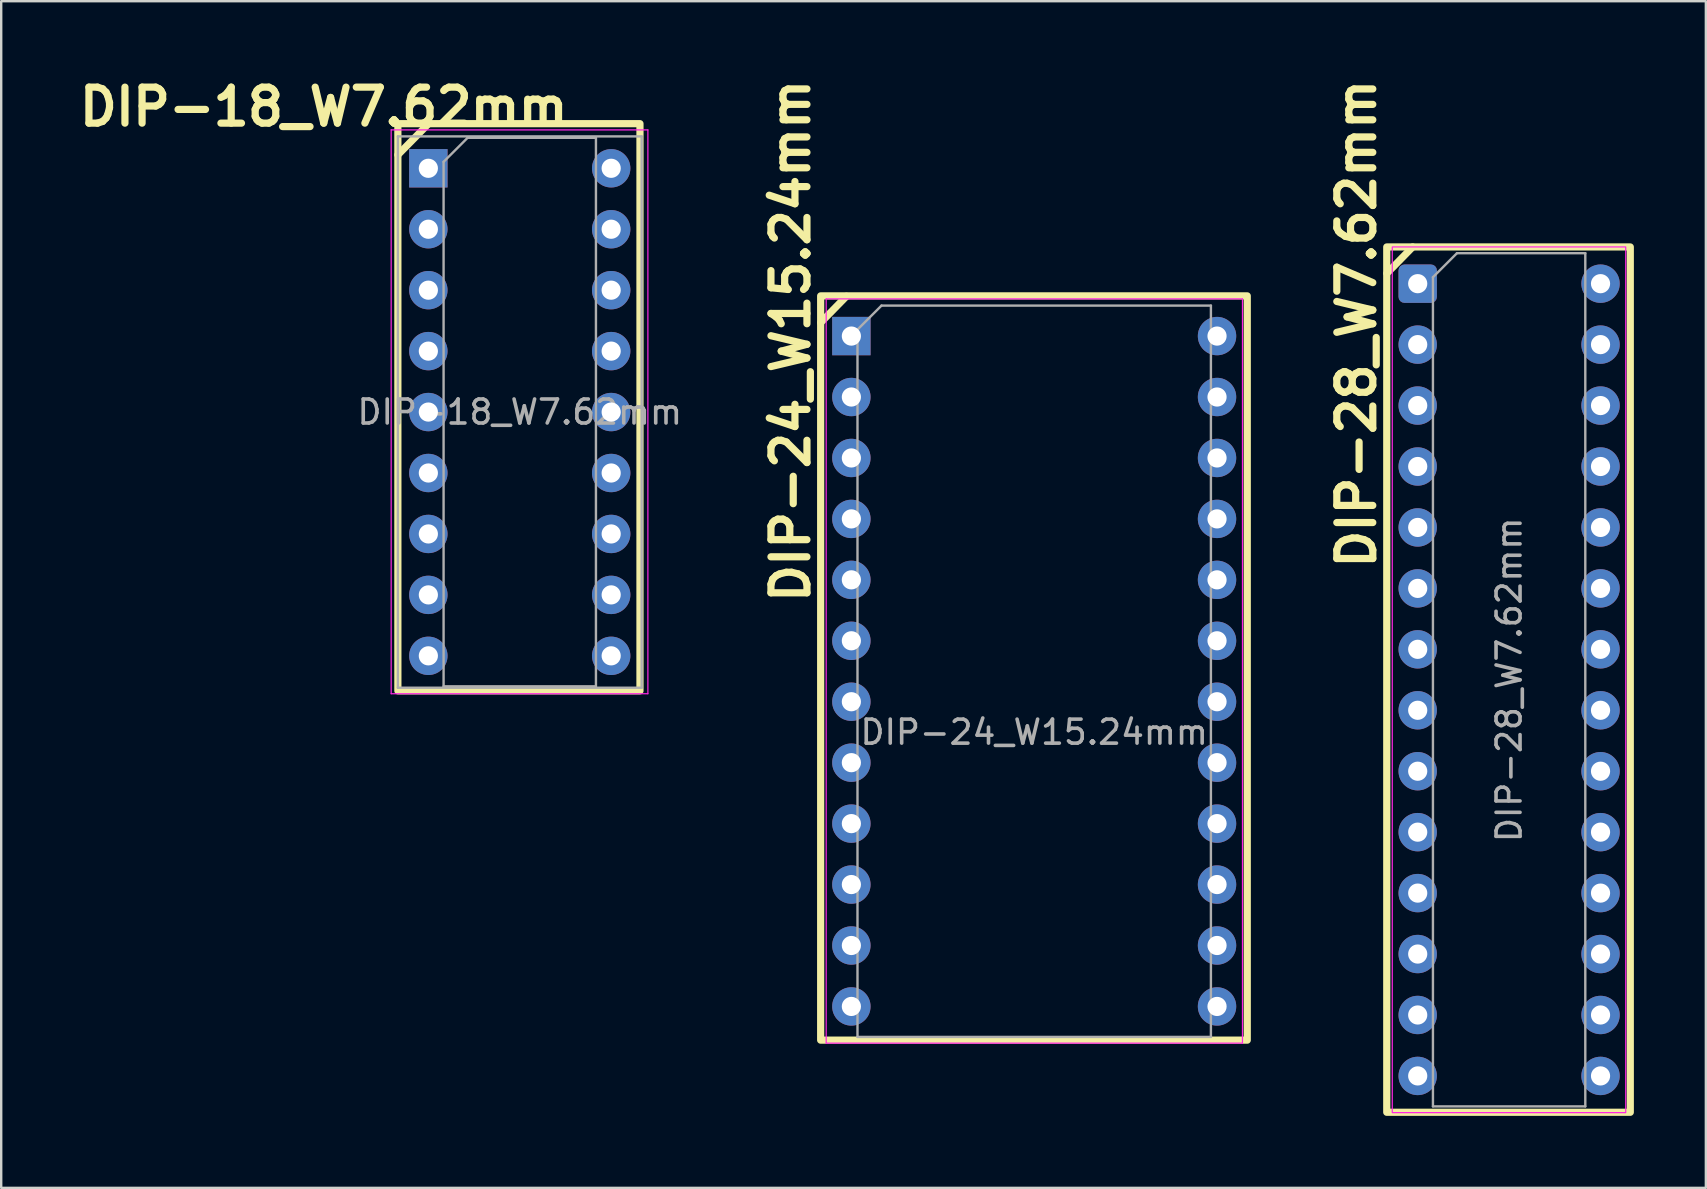
<source format=kicad_pcb>
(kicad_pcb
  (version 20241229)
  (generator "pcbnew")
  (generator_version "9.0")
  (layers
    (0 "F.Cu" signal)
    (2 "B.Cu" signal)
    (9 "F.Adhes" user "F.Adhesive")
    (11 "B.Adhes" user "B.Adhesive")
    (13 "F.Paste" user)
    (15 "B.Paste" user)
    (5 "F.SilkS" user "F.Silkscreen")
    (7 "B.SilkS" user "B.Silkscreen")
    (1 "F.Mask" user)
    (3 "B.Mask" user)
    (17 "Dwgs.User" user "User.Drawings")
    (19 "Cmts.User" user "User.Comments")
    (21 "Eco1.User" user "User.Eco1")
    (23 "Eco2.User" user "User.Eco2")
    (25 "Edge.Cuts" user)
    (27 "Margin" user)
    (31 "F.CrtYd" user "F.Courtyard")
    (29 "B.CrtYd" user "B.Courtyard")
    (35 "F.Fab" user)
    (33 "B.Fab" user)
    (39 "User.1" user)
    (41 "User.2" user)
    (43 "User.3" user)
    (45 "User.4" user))
  (footprint "DIP-28_W7.62mm"
    (layer "F.Cu")
    (at 56.038 8.773)
    (property "Reference" "DIP-28_W7.62mm" (at -2.55 1.67 90) (layer "F.SilkS") (effects (font (size 1.5 1.5) (thickness 0.3) (bold yes))))
    (attr through_hole)
    (fp_line (start -1.285 -0.43) (end -0.21 -1.53) (stroke (width 0.3) (type default)) (layer "F.SilkS"))
    (fp_rect (start -1.29 -1.53) (end 8.86 34.535) (stroke (width 0.3) (type default)) (fill no) (layer "F.SilkS"))
    (fp_rect (start -1.06 -1.53) (end 8.67 34.55) (stroke (width 0.05) (type solid)) (fill no) (layer "F.CrtYd"))
    (fp_line (start 0.635 -0.27) (end 1.635 -1.27) (stroke (width 0.1) (type solid)) (layer "F.Fab"))
    (fp_line (start 0.635 34.29) (end 0.635 -0.27) (stroke (width 0.1) (type solid)) (layer "F.Fab"))
    (fp_line (start 1.635 -1.27) (end 6.985 -1.27) (stroke (width 0.1) (type solid)) (layer "F.Fab"))
    (fp_line (start 6.985 -1.27) (end 6.985 34.29) (stroke (width 0.1) (type solid)) (layer "F.Fab"))
    (fp_line (start 6.985 34.29) (end 0.635 34.29) (stroke (width 0.1) (type solid)) (layer "F.Fab"))
    (fp_text user "${REFERENCE}" (at 3.81 16.51 90) (layer "F.Fab") (effects (font (size 1 1) (thickness 0.15))))
    (pad "1" thru_hole roundrect (at 0 0) (size 1.6 1.6) (drill 0.8) (layers "*.Cu" "*.Mask") (roundrect_rratio 0.156))
    (pad "2" thru_hole circle (at 0 2.54) (size 1.6 1.6) (drill 0.8) (layers "*.Cu" "*.Mask"))
    (pad "3" thru_hole circle (at 0 5.08) (size 1.6 1.6) (drill 0.8) (layers "*.Cu" "*.Mask"))
    (pad "4" thru_hole circle (at 0 7.62) (size 1.6 1.6) (drill 0.8) (layers "*.Cu" "*.Mask"))
    (pad "5" thru_hole circle (at 0 10.16) (size 1.6 1.6) (drill 0.8) (layers "*.Cu" "*.Mask"))
    (pad "6" thru_hole circle (at 0 12.7) (size 1.6 1.6) (drill 0.8) (layers "*.Cu" "*.Mask"))
    (pad "7" thru_hole circle (at 0 15.24) (size 1.6 1.6) (drill 0.8) (layers "*.Cu" "*.Mask"))
    (pad "8" thru_hole circle (at 0 17.78) (size 1.6 1.6) (drill 0.8) (layers "*.Cu" "*.Mask"))
    (pad "9" thru_hole circle (at 0 20.32) (size 1.6 1.6) (drill 0.8) (layers "*.Cu" "*.Mask"))
    (pad "10" thru_hole circle (at 0 22.86) (size 1.6 1.6) (drill 0.8) (layers "*.Cu" "*.Mask"))
    (pad "11" thru_hole circle (at 0 25.4) (size 1.6 1.6) (drill 0.8) (layers "*.Cu" "*.Mask"))
    (pad "12" thru_hole circle (at 0 27.94) (size 1.6 1.6) (drill 0.8) (layers "*.Cu" "*.Mask"))
    (pad "13" thru_hole circle (at 0 30.48) (size 1.6 1.6) (drill 0.8) (layers "*.Cu" "*.Mask"))
    (pad "14" thru_hole circle (at 0 33.02) (size 1.6 1.6) (drill 0.8) (layers "*.Cu" "*.Mask"))
    (pad "15" thru_hole circle (at 7.62 33.02) (size 1.6 1.6) (drill 0.8) (layers "*.Cu" "*.Mask"))
    (pad "16" thru_hole circle (at 7.62 30.48) (size 1.6 1.6) (drill 0.8) (layers "*.Cu" "*.Mask"))
    (pad "17" thru_hole circle (at 7.62 27.94) (size 1.6 1.6) (drill 0.8) (layers "*.Cu" "*.Mask"))
    (pad "18" thru_hole circle (at 7.62 25.4) (size 1.6 1.6) (drill 0.8) (layers "*.Cu" "*.Mask"))
    (pad "19" thru_hole circle (at 7.62 22.86) (size 1.6 1.6) (drill 0.8) (layers "*.Cu" "*.Mask"))
    (pad "20" thru_hole circle (at 7.62 20.32) (size 1.6 1.6) (drill 0.8) (layers "*.Cu" "*.Mask"))
    (pad "21" thru_hole circle (at 7.62 17.78) (size 1.6 1.6) (drill 0.8) (layers "*.Cu" "*.Mask"))
    (pad "22" thru_hole circle (at 7.62 15.24) (size 1.6 1.6) (drill 0.8) (layers "*.Cu" "*.Mask"))
    (pad "23" thru_hole circle (at 7.62 12.7) (size 1.6 1.6) (drill 0.8) (layers "*.Cu" "*.Mask"))
    (pad "24" thru_hole circle (at 7.62 10.16) (size 1.6 1.6) (drill 0.8) (layers "*.Cu" "*.Mask"))
    (pad "25" thru_hole circle (at 7.62 7.62) (size 1.6 1.6) (drill 0.8) (layers "*.Cu" "*.Mask"))
    (pad "26" thru_hole circle (at 7.62 5.08) (size 1.6 1.6) (drill 0.8) (layers "*.Cu" "*.Mask"))
    (pad "27" thru_hole circle (at 7.62 2.54) (size 1.6 1.6) (drill 0.8) (layers "*.Cu" "*.Mask"))
    (pad "28" thru_hole circle (at 7.62 0) (size 1.6 1.6) (drill 0.8) (layers "*.Cu" "*.Mask")))
  (footprint "DIP-18_W7.62mm"
    (layer "F.Cu")
    (at 14.833 3.964)
    (property "Reference" "DIP-18_W7.62mm" (at -4.39 -2.56 0) (layer "F.SilkS") (effects (font (size 1.5 1.5) (thickness 0.3) (bold yes))))
    (attr through_hole)
    (fp_line (start -1.3 -0.56) (end -0.04 -1.84) (stroke (width 0.3) (type default)) (layer "F.SilkS"))
    (fp_rect (start -1.3 -1.86) (end 8.79 21.78) (stroke (width 0.3) (type default)) (fill no) (layer "F.SilkS"))
    (fp_line (start -1.58 -1.6) (end -1.58 21.9) (stroke (width 0.05) (type solid)) (layer "F.CrtYd"))
    (fp_line (start -1.58 21.9) (end 9.12 21.9) (stroke (width 0.05) (type solid)) (layer "F.CrtYd"))
    (fp_line (start 9.12 -1.6) (end -1.58 -1.6) (stroke (width 0.05) (type solid)) (layer "F.CrtYd"))
    (fp_line (start 9.12 21.9) (end 9.12 -1.6) (stroke (width 0.05) (type solid)) (layer "F.CrtYd"))
    (fp_line (start -1.3 -1.33) (end -1.3 21.65) (stroke (width 0.1) (type solid)) (layer "F.Fab"))
    (fp_line (start -1.3 21.65) (end 8.86 21.65) (stroke (width 0.1) (type solid)) (layer "F.Fab"))
    (fp_line (start 0.605 -0.27) (end 1.605 -1.27) (stroke (width 0.1) (type solid)) (layer "F.Fab"))
    (fp_line (start 0.605 21.59) (end 0.605 -0.27) (stroke (width 0.1) (type solid)) (layer "F.Fab"))
    (fp_line (start 1.605 -1.27) (end 6.955 -1.27) (stroke (width 0.1) (type solid)) (layer "F.Fab"))
    (fp_line (start 6.955 -1.27) (end 6.955 21.59) (stroke (width 0.1) (type solid)) (layer "F.Fab"))
    (fp_line (start 6.955 21.59) (end 0.605 21.59) (stroke (width 0.1) (type solid)) (layer "F.Fab"))
    (fp_line (start 8.86 -1.33) (end -1.3 -1.33) (stroke (width 0.1) (type solid)) (layer "F.Fab"))
    (fp_line (start 8.86 21.65) (end 8.86 -1.33) (stroke (width 0.1) (type solid)) (layer "F.Fab"))
    (fp_text user "${REFERENCE}" (at 3.78 10.16 0) (layer "F.Fab") (effects (font (size 1 1) (thickness 0.15))))
    (pad "1" thru_hole rect (at -0.03 0) (size 1.6 1.6) (drill 0.8) (layers "*.Cu" "*.Mask"))
    (pad "2" thru_hole oval (at -0.03 2.54) (size 1.6 1.6) (drill 0.8) (layers "*.Cu" "*.Mask"))
    (pad "3" thru_hole oval (at -0.03 5.08) (size 1.6 1.6) (drill 0.8) (layers "*.Cu" "*.Mask"))
    (pad "4" thru_hole oval (at -0.03 7.62) (size 1.6 1.6) (drill 0.8) (layers "*.Cu" "*.Mask"))
    (pad "5" thru_hole oval (at -0.03 10.16) (size 1.6 1.6) (drill 0.8) (layers "*.Cu" "*.Mask"))
    (pad "6" thru_hole oval (at -0.03 12.7) (size 1.6 1.6) (drill 0.8) (layers "*.Cu" "*.Mask"))
    (pad "7" thru_hole oval (at -0.03 15.24) (size 1.6 1.6) (drill 0.8) (layers "*.Cu" "*.Mask"))
    (pad "8" thru_hole oval (at -0.03 17.78) (size 1.6 1.6) (drill 0.8) (layers "*.Cu" "*.Mask"))
    (pad "9" thru_hole oval (at -0.03 20.32) (size 1.6 1.6) (drill 0.8) (layers "*.Cu" "*.Mask"))
    (pad "10" thru_hole oval (at 7.59 20.32) (size 1.6 1.6) (drill 0.8) (layers "*.Cu" "*.Mask"))
    (pad "11" thru_hole oval (at 7.59 17.78) (size 1.6 1.6) (drill 0.8) (layers "*.Cu" "*.Mask"))
    (pad "12" thru_hole oval (at 7.59 15.24) (size 1.6 1.6) (drill 0.8) (layers "*.Cu" "*.Mask"))
    (pad "13" thru_hole oval (at 7.59 12.7) (size 1.6 1.6) (drill 0.8) (layers "*.Cu" "*.Mask"))
    (pad "14" thru_hole oval (at 7.59 10.16) (size 1.6 1.6) (drill 0.8) (layers "*.Cu" "*.Mask"))
    (pad "15" thru_hole oval (at 7.59 7.62) (size 1.6 1.6) (drill 0.8) (layers "*.Cu" "*.Mask"))
    (pad "16" thru_hole oval (at 7.59 5.08) (size 1.6 1.6) (drill 0.8) (layers "*.Cu" "*.Mask"))
    (pad "17" thru_hole oval (at 7.59 2.54) (size 1.6 1.6) (drill 0.8) (layers "*.Cu" "*.Mask"))
    (pad "18" thru_hole oval (at 7.59 0) (size 1.6 1.6) (drill 0.8) (layers "*.Cu" "*.Mask")))
  (footprint "DIP-24_W15.24mm"
    (layer "F.Cu")
    (at 32.404 10.947)
    (property "Reference" "DIP-24_W15.24mm" (at -2.5 0.21 90) (layer "F.SilkS") (effects (font (size 1.5 1.5) (thickness 0.3) (bold yes))))
    (attr through_hole)
    (fp_line (start -1.25 -0.55) (end -0.175 -1.65) (stroke (width 0.3) (type default)) (layer "F.SilkS"))
    (fp_rect (start -1.25 -1.665) (end 16.53 29.355) (stroke (width 0.3) (type solid)) (fill no) (layer "F.SilkS"))
    (fp_line (start -1.02 -1.54) (end -1.02 29.48) (stroke (width 0.05) (type solid)) (layer "F.CrtYd"))
    (fp_line (start -1.02 29.48) (end 16.33 29.48) (stroke (width 0.05) (type solid)) (layer "F.CrtYd"))
    (fp_line (start 16.33 -1.54) (end -1.02 -1.54) (stroke (width 0.05) (type solid)) (layer "F.CrtYd"))
    (fp_line (start 16.33 29.48) (end 16.33 -1.54) (stroke (width 0.05) (type solid)) (layer "F.CrtYd"))
    (fp_line (start 0.285 -0.26) (end 1.285 -1.26) (stroke (width 0.1) (type solid)) (layer "F.Fab"))
    (fp_line (start 0.285 29.22) (end 0.285 -0.26) (stroke (width 0.1) (type solid)) (layer "F.Fab"))
    (fp_line (start 1.285 -1.26) (end 15.015 -1.26) (stroke (width 0.1) (type solid)) (layer "F.Fab"))
    (fp_line (start 15.015 -1.26) (end 15.015 29.22) (stroke (width 0.1) (type solid)) (layer "F.Fab"))
    (fp_line (start 15.015 29.22) (end 0.285 29.22) (stroke (width 0.1) (type solid)) (layer "F.Fab"))
    (fp_text user "${REFERENCE}" (at 7.65 16.52 0) (layer "F.Fab") (effects (font (size 1 1) (thickness 0.15))))
    (pad "1" thru_hole rect (at 0.03 0.01) (size 1.6 1.6) (drill 0.8) (layers "*.Cu" "*.Mask"))
    (pad "2" thru_hole oval (at 0.03 2.55) (size 1.6 1.6) (drill 0.8) (layers "*.Cu" "*.Mask"))
    (pad "3" thru_hole oval (at 0.03 5.09) (size 1.6 1.6) (drill 0.8) (layers "*.Cu" "*.Mask"))
    (pad "4" thru_hole oval (at 0.03 7.63) (size 1.6 1.6) (drill 0.8) (layers "*.Cu" "*.Mask"))
    (pad "5" thru_hole oval (at 0.03 10.17) (size 1.6 1.6) (drill 0.8) (layers "*.Cu" "*.Mask"))
    (pad "6" thru_hole oval (at 0.03 12.71) (size 1.6 1.6) (drill 0.8) (layers "*.Cu" "*.Mask"))
    (pad "7" thru_hole oval (at 0.03 15.25) (size 1.6 1.6) (drill 0.8) (layers "*.Cu" "*.Mask"))
    (pad "8" thru_hole oval (at 0.03 17.79) (size 1.6 1.6) (drill 0.8) (layers "*.Cu" "*.Mask"))
    (pad "9" thru_hole oval (at 0.03 20.33) (size 1.6 1.6) (drill 0.8) (layers "*.Cu" "*.Mask"))
    (pad "10" thru_hole oval (at 0.03 22.87) (size 1.6 1.6) (drill 0.8) (layers "*.Cu" "*.Mask"))
    (pad "11" thru_hole oval (at 0.03 25.41) (size 1.6 1.6) (drill 0.8) (layers "*.Cu" "*.Mask"))
    (pad "12" thru_hole oval (at 0.03 27.95) (size 1.6 1.6) (drill 0.8) (layers "*.Cu" "*.Mask"))
    (pad "13" thru_hole oval (at 15.27 27.95) (size 1.6 1.6) (drill 0.8) (layers "*.Cu" "*.Mask"))
    (pad "14" thru_hole oval (at 15.27 25.41) (size 1.6 1.6) (drill 0.8) (layers "*.Cu" "*.Mask"))
    (pad "15" thru_hole oval (at 15.27 22.87) (size 1.6 1.6) (drill 0.8) (layers "*.Cu" "*.Mask"))
    (pad "16" thru_hole oval (at 15.27 20.33) (size 1.6 1.6) (drill 0.8) (layers "*.Cu" "*.Mask"))
    (pad "17" thru_hole oval (at 15.27 17.79) (size 1.6 1.6) (drill 0.8) (layers "*.Cu" "*.Mask"))
    (pad "18" thru_hole oval (at 15.27 15.25) (size 1.6 1.6) (drill 0.8) (layers "*.Cu" "*.Mask"))
    (pad "19" thru_hole oval (at 15.27 12.71) (size 1.6 1.6) (drill 0.8) (layers "*.Cu" "*.Mask"))
    (pad "20" thru_hole oval (at 15.27 10.17) (size 1.6 1.6) (drill 0.8) (layers "*.Cu" "*.Mask"))
    (pad "21" thru_hole oval (at 15.27 7.63) (size 1.6 1.6) (drill 0.8) (layers "*.Cu" "*.Mask"))
    (pad "22" thru_hole oval (at 15.27 5.09) (size 1.6 1.6) (drill 0.8) (layers "*.Cu" "*.Mask"))
    (pad "23" thru_hole oval (at 15.27 2.55) (size 1.6 1.6) (drill 0.8) (layers "*.Cu" "*.Mask"))
    (pad "24" thru_hole oval (at 15.27 0.01) (size 1.6 1.6) (drill 0.8) (layers "*.Cu" "*.Mask")))
  (gr_rect
    (start -3 -3)
    (end 68.048 46.458)
    (stroke (width 0.1) (type default))
    (fill no)
    (layer "Edge.Cuts")))
</source>
